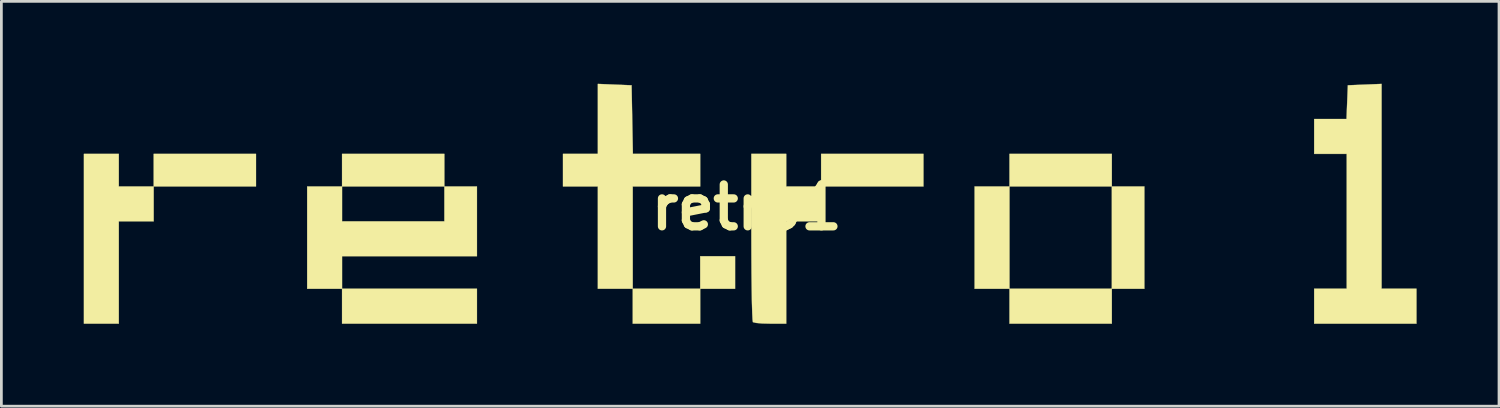
<source format=kicad_pcb>
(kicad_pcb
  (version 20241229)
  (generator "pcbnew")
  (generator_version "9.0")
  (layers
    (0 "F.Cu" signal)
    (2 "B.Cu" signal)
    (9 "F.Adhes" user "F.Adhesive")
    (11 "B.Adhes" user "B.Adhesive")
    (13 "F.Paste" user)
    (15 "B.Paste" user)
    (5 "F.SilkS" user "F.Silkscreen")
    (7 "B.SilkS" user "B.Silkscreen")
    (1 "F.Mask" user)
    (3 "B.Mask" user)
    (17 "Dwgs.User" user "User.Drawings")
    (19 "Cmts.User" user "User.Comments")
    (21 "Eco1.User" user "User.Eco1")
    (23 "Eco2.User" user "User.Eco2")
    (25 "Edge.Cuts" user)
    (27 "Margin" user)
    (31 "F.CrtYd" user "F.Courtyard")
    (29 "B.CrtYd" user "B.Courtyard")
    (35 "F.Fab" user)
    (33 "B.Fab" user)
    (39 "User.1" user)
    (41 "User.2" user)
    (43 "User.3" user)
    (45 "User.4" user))
  (footprint "retro1"
    (layer "F.Cu")
    (at 24.135 4.5)
    (property "Reference" "retro1" (at 0 0 0) (layer "F.SilkS") (effects (font (size 1.524 1.524) (thickness 0.3))))
    (attr through_hole)
    (fp_poly (pts (xy -17.865 -0.762) (xy -21.59 -0.762) (xy -21.59 -1.947) (xy -17.865 -1.947) (xy -17.865 -0.762)) (stroke (width 0.01) (type solid)) (fill yes) (layer "F.SilkS"))
    (fp_poly (pts (xy -9.821 4.233) (xy -14.732 4.233) (xy -14.732 2.963) (xy -9.821 2.963) (xy -9.821 4.233)) (stroke (width 0.01) (type solid)) (fill yes) (layer "F.SilkS"))
    (fp_poly (pts (xy -1.693 4.233) (xy -4.149 4.233) (xy -4.149 2.963) (xy -1.693 2.963) (xy -1.693 4.233)) (stroke (width 0.01) (type solid)) (fill yes) (layer "F.SilkS"))
    (fp_poly (pts (xy -0.423 2.963) (xy -1.693 2.963) (xy -1.693 1.778) (xy -0.423 1.778) (xy -0.423 2.963)) (stroke (width 0.01) (type solid)) (fill yes) (layer "F.SilkS"))
    (fp_poly (pts (xy 6.435 -0.762) (xy 2.709 -0.762) (xy 2.709 -1.947) (xy 6.435 -1.947) (xy 6.435 -0.762)) (stroke (width 0.01) (type solid)) (fill yes) (layer "F.SilkS"))
    (fp_poly (pts (xy -22.86 -0.762) (xy -21.59 -0.762) (xy -21.59 0.508) (xy -22.86 0.508) (xy -22.86 4.233) (xy -24.13 4.233) (xy -24.13 -1.947) (xy -22.86 -1.947) (xy -22.86 -0.762)) (stroke (width 0.01) (type solid)) (fill yes) (layer "F.SilkS"))
    (fp_poly (pts (xy -9.821 -0.762) (xy -9.821 1.778) (xy -14.732 1.778) (xy -14.732 2.963) (xy -16.002 2.963) (xy -16.002 -0.762) (xy -14.732 -0.762) (xy -14.732 0.508) (xy -11.007 0.508) (xy -11.007 -0.762) (xy -14.732 -0.762) (xy -14.732 -1.947) (xy -11.007 -1.947) (xy -11.007 -0.762) (xy -9.821 -0.762)) (stroke (width 0.01) (type solid)) (fill yes) (layer "F.SilkS"))
    (fp_poly (pts (xy -4.805 -4.47) (xy -4.191 -4.445) (xy -4.144 -1.947) (xy -2.919 -1.947) (xy -1.693 -1.947) (xy -1.693 -0.762) (xy -4.149 -0.762) (xy -4.149 2.963) (xy -5.419 2.963) (xy -5.419 -0.762) (xy -6.689 -0.762) (xy -6.689 -1.947) (xy -5.419 -1.947) (xy -5.419 -4.495) (xy -4.805 -4.47)) (stroke (width 0.01) (type solid)) (fill yes) (layer "F.SilkS"))
    (fp_poly (pts (xy 23.114 2.963) (xy 24.384 2.963) (xy 24.384 4.233) (xy 20.659 4.233) (xy 20.659 2.963) (xy 21.844 2.963) (xy 21.844 -1.947) (xy 20.659 -1.947) (xy 20.659 -3.217) (xy 21.837 -3.217) (xy 21.861 -3.831) (xy 21.886 -4.445) (xy 22.5 -4.47) (xy 23.114 -4.495) (xy 23.114 2.963)) (stroke (width 0.01) (type solid)) (fill yes) (layer "F.SilkS"))
    (fp_poly (pts (xy 14.478 -0.762) (xy 14.478 2.963) (xy 13.293 2.963) (xy 13.293 4.233) (xy 9.567 4.233) (xy 9.567 2.963) (xy 8.297 2.963) (xy 8.297 -0.762) (xy 9.567 -0.762) (xy 9.567 2.963) (xy 13.293 2.963) (xy 13.293 -0.762) (xy 9.567 -0.762) (xy 9.567 -1.947) (xy 13.293 -1.947) (xy 13.293 -0.762) (xy 14.478 -0.762)) (stroke (width 0.01) (type solid)) (fill yes) (layer "F.SilkS"))
    (fp_poly (pts (xy 1.439 -0.762) (xy 2.709 -0.762) (xy 2.709 0.508) (xy 1.439 0.508) (xy 1.439 4.233) (xy 0.861 4.233) (xy 0.562 4.226) (xy 0.334 4.205) (xy 0.226 4.177) (xy 0.226 4.177) (xy 0.213 4.082) (xy 0.201 3.837) (xy 0.19 3.462) (xy 0.182 2.976) (xy 0.175 2.397) (xy 0.171 1.747) (xy 0.169 1.087) (xy 0.169 -1.947) (xy 1.439 -1.947) (xy 1.439 -0.762)) (stroke (width 0.01) (type solid)) (fill yes) (layer "F.SilkS")))
  (gr_rect
    (start -3 -3)
    (end 51.524 11.738)
    (stroke (width 0.1) (type default))
    (fill no)
    (layer "Edge.Cuts")))
</source>
